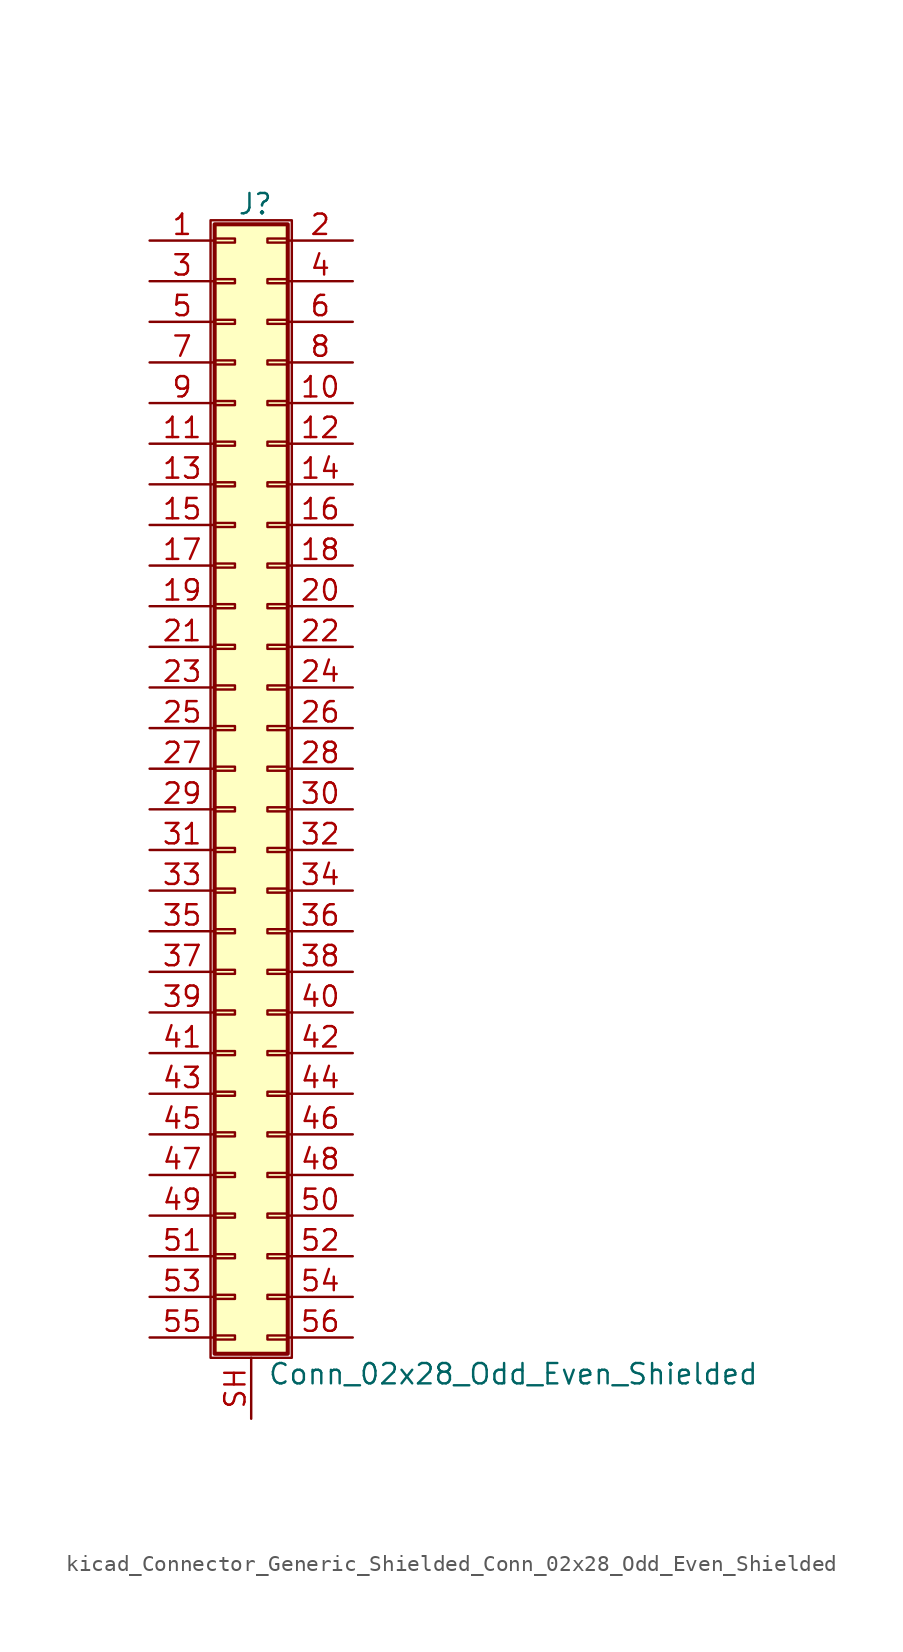
<source format=kicad_sym>
(kicad_symbol_lib
  (version 20220914)
  (generator kicad_symbol_editor)
  (symbol "kicad_Connector_Generic_Shielded_Conn_02x28_Odd_Even_Shielded"
    (pin_names
      (offset 1.016) hide)
    (property "Reference" "J"
      (at 1.524 35.306 0)
      (effects (font (size 1.27 1.27))))
    (property "Value" "Conn_02x28_Odd_Even_Shielded"
      (at 2.286 -37.846 0)
      (effects (font (size 1.27 1.27)) (justify left)))
    (symbol "kicad_Connector_Generic_Shielded_Conn_02x28_Odd_Even_Shielded_1_1"
      (rectangle (start -1.27 34.29) (end 3.81 -36.83) (stroke (width 0.152) (type default)) (fill (type none)))
      (rectangle (start -1.016 -35.433) (end 0.254 -35.687) (stroke (width 0.152) (type default)) (fill (type none)))
      (rectangle (start -1.016 -32.893) (end 0.254 -33.147) (stroke (width 0.152) (type default)) (fill (type none)))
      (rectangle (start -1.016 -30.353) (end 0.254 -30.607) (stroke (width 0.152) (type default)) (fill (type none)))
      (rectangle (start -1.016 -27.813) (end 0.254 -28.067) (stroke (width 0.152) (type default)) (fill (type none)))
      (rectangle (start -1.016 -25.273) (end 0.254 -25.527) (stroke (width 0.152) (type default)) (fill (type none)))
      (rectangle (start -1.016 -22.733) (end 0.254 -22.987) (stroke (width 0.152) (type default)) (fill (type none)))
      (rectangle (start -1.016 -20.193) (end 0.254 -20.447) (stroke (width 0.152) (type default)) (fill (type none)))
      (rectangle (start -1.016 -17.653) (end 0.254 -17.907) (stroke (width 0.152) (type default)) (fill (type none)))
      (rectangle (start -1.016 -15.113) (end 0.254 -15.367) (stroke (width 0.152) (type default)) (fill (type none)))
      (rectangle (start -1.016 -12.573) (end 0.254 -12.827) (stroke (width 0.152) (type default)) (fill (type none)))
      (rectangle (start -1.016 -10.033) (end 0.254 -10.287) (stroke (width 0.152) (type default)) (fill (type none)))
      (rectangle (start -1.016 -7.493) (end 0.254 -7.747) (stroke (width 0.152) (type default)) (fill (type none)))
      (rectangle (start -1.016 -4.953) (end 0.254 -5.207) (stroke (width 0.152) (type default)) (fill (type none)))
      (rectangle (start -1.016 -2.413) (end 0.254 -2.667) (stroke (width 0.152) (type default)) (fill (type none)))
      (rectangle (start -1.016 0.127) (end 0.254 -0.127) (stroke (width 0.152) (type default)) (fill (type none)))
      (rectangle (start -1.016 2.667) (end 0.254 2.413) (stroke (width 0.152) (type default)) (fill (type none)))
      (rectangle (start -1.016 5.207) (end 0.254 4.953) (stroke (width 0.152) (type default)) (fill (type none)))
      (rectangle (start -1.016 7.747) (end 0.254 7.493) (stroke (width 0.152) (type default)) (fill (type none)))
      (rectangle (start -1.016 10.287) (end 0.254 10.033) (stroke (width 0.152) (type default)) (fill (type none)))
      (rectangle (start -1.016 12.827) (end 0.254 12.573) (stroke (width 0.152) (type default)) (fill (type none)))
      (rectangle (start -1.016 15.367) (end 0.254 15.113) (stroke (width 0.152) (type default)) (fill (type none)))
      (rectangle (start -1.016 17.907) (end 0.254 17.653) (stroke (width 0.152) (type default)) (fill (type none)))
      (rectangle (start -1.016 20.447) (end 0.254 20.193) (stroke (width 0.152) (type default)) (fill (type none)))
      (rectangle (start -1.016 22.987) (end 0.254 22.733) (stroke (width 0.152) (type default)) (fill (type none)))
      (rectangle (start -1.016 25.527) (end 0.254 25.273) (stroke (width 0.152) (type default)) (fill (type none)))
      (rectangle (start -1.016 28.067) (end 0.254 27.813) (stroke (width 0.152) (type default)) (fill (type none)))
      (rectangle (start -1.016 30.607) (end 0.254 30.353) (stroke (width 0.152) (type default)) (fill (type none)))
      (rectangle (start -1.016 33.147) (end 0.254 32.893) (stroke (width 0.152) (type default)) (fill (type none)))
      (rectangle (start -1.016 34.036) (end 3.556 -36.576) (stroke (width 0.254) (type default)) (fill (type background)))
      (rectangle (start 3.556 -35.433) (end 2.286 -35.687) (stroke (width 0.152) (type default)) (fill (type none)))
      (rectangle (start 3.556 -32.893) (end 2.286 -33.147) (stroke (width 0.152) (type default)) (fill (type none)))
      (rectangle (start 3.556 -30.353) (end 2.286 -30.607) (stroke (width 0.152) (type default)) (fill (type none)))
      (rectangle (start 3.556 -27.813) (end 2.286 -28.067) (stroke (width 0.152) (type default)) (fill (type none)))
      (rectangle (start 3.556 -25.273) (end 2.286 -25.527) (stroke (width 0.152) (type default)) (fill (type none)))
      (rectangle (start 3.556 -22.733) (end 2.286 -22.987) (stroke (width 0.152) (type default)) (fill (type none)))
      (rectangle (start 3.556 -20.193) (end 2.286 -20.447) (stroke (width 0.152) (type default)) (fill (type none)))
      (rectangle (start 3.556 -17.653) (end 2.286 -17.907) (stroke (width 0.152) (type default)) (fill (type none)))
      (rectangle (start 3.556 -15.113) (end 2.286 -15.367) (stroke (width 0.152) (type default)) (fill (type none)))
      (rectangle (start 3.556 -12.573) (end 2.286 -12.827) (stroke (width 0.152) (type default)) (fill (type none)))
      (rectangle (start 3.556 -10.033) (end 2.286 -10.287) (stroke (width 0.152) (type default)) (fill (type none)))
      (rectangle (start 3.556 -7.493) (end 2.286 -7.747) (stroke (width 0.152) (type default)) (fill (type none)))
      (rectangle (start 3.556 -4.953) (end 2.286 -5.207) (stroke (width 0.152) (type default)) (fill (type none)))
      (rectangle (start 3.556 -2.413) (end 2.286 -2.667) (stroke (width 0.152) (type default)) (fill (type none)))
      (rectangle (start 3.556 0.127) (end 2.286 -0.127) (stroke (width 0.152) (type default)) (fill (type none)))
      (rectangle (start 3.556 2.667) (end 2.286 2.413) (stroke (width 0.152) (type default)) (fill (type none)))
      (rectangle (start 3.556 5.207) (end 2.286 4.953) (stroke (width 0.152) (type default)) (fill (type none)))
      (rectangle (start 3.556 7.747) (end 2.286 7.493) (stroke (width 0.152) (type default)) (fill (type none)))
      (rectangle (start 3.556 10.287) (end 2.286 10.033) (stroke (width 0.152) (type default)) (fill (type none)))
      (rectangle (start 3.556 12.827) (end 2.286 12.573) (stroke (width 0.152) (type default)) (fill (type none)))
      (rectangle (start 3.556 15.367) (end 2.286 15.113) (stroke (width 0.152) (type default)) (fill (type none)))
      (rectangle (start 3.556 17.907) (end 2.286 17.653) (stroke (width 0.152) (type default)) (fill (type none)))
      (rectangle (start 3.556 20.447) (end 2.286 20.193) (stroke (width 0.152) (type default)) (fill (type none)))
      (rectangle (start 3.556 22.987) (end 2.286 22.733) (stroke (width 0.152) (type default)) (fill (type none)))
      (rectangle (start 3.556 25.527) (end 2.286 25.273) (stroke (width 0.152) (type default)) (fill (type none)))
      (rectangle (start 3.556 28.067) (end 2.286 27.813) (stroke (width 0.152) (type default)) (fill (type none)))
      (rectangle (start 3.556 30.607) (end 2.286 30.353) (stroke (width 0.152) (type default)) (fill (type none)))
      (rectangle (start 3.556 33.147) (end 2.286 32.893) (stroke (width 0.152) (type default)) (fill (type none)))
      (pin passive line (at -5.08 33.02 0) (length 4.064) (name "Pin_1" (effects (font (size 1.27 1.27)))) (number "1" (effects (font (size 1.27 1.27)))))
      (pin passive line (at 7.62 22.86 180) (length 4.064) (name "Pin_10" (effects (font (size 1.27 1.27)))) (number "10" (effects (font (size 1.27 1.27)))))
      (pin passive line (at -5.08 20.32 0) (length 4.064) (name "Pin_11" (effects (font (size 1.27 1.27)))) (number "11" (effects (font (size 1.27 1.27)))))
      (pin passive line (at 7.62 20.32 180) (length 4.064) (name "Pin_12" (effects (font (size 1.27 1.27)))) (number "12" (effects (font (size 1.27 1.27)))))
      (pin passive line (at -5.08 17.78 0) (length 4.064) (name "Pin_13" (effects (font (size 1.27 1.27)))) (number "13" (effects (font (size 1.27 1.27)))))
      (pin passive line (at 7.62 17.78 180) (length 4.064) (name "Pin_14" (effects (font (size 1.27 1.27)))) (number "14" (effects (font (size 1.27 1.27)))))
      (pin passive line (at -5.08 15.24 0) (length 4.064) (name "Pin_15" (effects (font (size 1.27 1.27)))) (number "15" (effects (font (size 1.27 1.27)))))
      (pin passive line (at 7.62 15.24 180) (length 4.064) (name "Pin_16" (effects (font (size 1.27 1.27)))) (number "16" (effects (font (size 1.27 1.27)))))
      (pin passive line (at -5.08 12.7 0) (length 4.064) (name "Pin_17" (effects (font (size 1.27 1.27)))) (number "17" (effects (font (size 1.27 1.27)))))
      (pin passive line (at 7.62 12.7 180) (length 4.064) (name "Pin_18" (effects (font (size 1.27 1.27)))) (number "18" (effects (font (size 1.27 1.27)))))
      (pin passive line (at -5.08 10.16 0) (length 4.064) (name "Pin_19" (effects (font (size 1.27 1.27)))) (number "19" (effects (font (size 1.27 1.27)))))
      (pin passive line (at 7.62 33.02 180) (length 4.064) (name "Pin_2" (effects (font (size 1.27 1.27)))) (number "2" (effects (font (size 1.27 1.27)))))
      (pin passive line (at 7.62 10.16 180) (length 4.064) (name "Pin_20" (effects (font (size 1.27 1.27)))) (number "20" (effects (font (size 1.27 1.27)))))
      (pin passive line (at -5.08 7.62 0) (length 4.064) (name "Pin_21" (effects (font (size 1.27 1.27)))) (number "21" (effects (font (size 1.27 1.27)))))
      (pin passive line (at 7.62 7.62 180) (length 4.064) (name "Pin_22" (effects (font (size 1.27 1.27)))) (number "22" (effects (font (size 1.27 1.27)))))
      (pin passive line (at -5.08 5.08 0) (length 4.064) (name "Pin_23" (effects (font (size 1.27 1.27)))) (number "23" (effects (font (size 1.27 1.27)))))
      (pin passive line (at 7.62 5.08 180) (length 4.064) (name "Pin_24" (effects (font (size 1.27 1.27)))) (number "24" (effects (font (size 1.27 1.27)))))
      (pin passive line (at -5.08 2.54 0) (length 4.064) (name "Pin_25" (effects (font (size 1.27 1.27)))) (number "25" (effects (font (size 1.27 1.27)))))
      (pin passive line (at 7.62 2.54 180) (length 4.064) (name "Pin_26" (effects (font (size 1.27 1.27)))) (number "26" (effects (font (size 1.27 1.27)))))
      (pin passive line (at -5.08 0 0) (length 4.064) (name "Pin_27" (effects (font (size 1.27 1.27)))) (number "27" (effects (font (size 1.27 1.27)))))
      (pin passive line (at 7.62 0 180) (length 4.064) (name "Pin_28" (effects (font (size 1.27 1.27)))) (number "28" (effects (font (size 1.27 1.27)))))
      (pin passive line (at -5.08 -2.54 0) (length 4.064) (name "Pin_29" (effects (font (size 1.27 1.27)))) (number "29" (effects (font (size 1.27 1.27)))))
      (pin passive line (at -5.08 30.48 0) (length 4.064) (name "Pin_3" (effects (font (size 1.27 1.27)))) (number "3" (effects (font (size 1.27 1.27)))))
      (pin passive line (at 7.62 -2.54 180) (length 4.064) (name "Pin_30" (effects (font (size 1.27 1.27)))) (number "30" (effects (font (size 1.27 1.27)))))
      (pin passive line (at -5.08 -5.08 0) (length 4.064) (name "Pin_31" (effects (font (size 1.27 1.27)))) (number "31" (effects (font (size 1.27 1.27)))))
      (pin passive line (at 7.62 -5.08 180) (length 4.064) (name "Pin_32" (effects (font (size 1.27 1.27)))) (number "32" (effects (font (size 1.27 1.27)))))
      (pin passive line (at -5.08 -7.62 0) (length 4.064) (name "Pin_33" (effects (font (size 1.27 1.27)))) (number "33" (effects (font (size 1.27 1.27)))))
      (pin passive line (at 7.62 -7.62 180) (length 4.064) (name "Pin_34" (effects (font (size 1.27 1.27)))) (number "34" (effects (font (size 1.27 1.27)))))
      (pin passive line (at -5.08 -10.16 0) (length 4.064) (name "Pin_35" (effects (font (size 1.27 1.27)))) (number "35" (effects (font (size 1.27 1.27)))))
      (pin passive line (at 7.62 -10.16 180) (length 4.064) (name "Pin_36" (effects (font (size 1.27 1.27)))) (number "36" (effects (font (size 1.27 1.27)))))
      (pin passive line (at -5.08 -12.7 0) (length 4.064) (name "Pin_37" (effects (font (size 1.27 1.27)))) (number "37" (effects (font (size 1.27 1.27)))))
      (pin passive line (at 7.62 -12.7 180) (length 4.064) (name "Pin_38" (effects (font (size 1.27 1.27)))) (number "38" (effects (font (size 1.27 1.27)))))
      (pin passive line (at -5.08 -15.24 0) (length 4.064) (name "Pin_39" (effects (font (size 1.27 1.27)))) (number "39" (effects (font (size 1.27 1.27)))))
      (pin passive line (at 7.62 30.48 180) (length 4.064) (name "Pin_4" (effects (font (size 1.27 1.27)))) (number "4" (effects (font (size 1.27 1.27)))))
      (pin passive line (at 7.62 -15.24 180) (length 4.064) (name "Pin_40" (effects (font (size 1.27 1.27)))) (number "40" (effects (font (size 1.27 1.27)))))
      (pin passive line (at -5.08 -17.78 0) (length 4.064) (name "Pin_41" (effects (font (size 1.27 1.27)))) (number "41" (effects (font (size 1.27 1.27)))))
      (pin passive line (at 7.62 -17.78 180) (length 4.064) (name "Pin_42" (effects (font (size 1.27 1.27)))) (number "42" (effects (font (size 1.27 1.27)))))
      (pin passive line (at -5.08 -20.32 0) (length 4.064) (name "Pin_43" (effects (font (size 1.27 1.27)))) (number "43" (effects (font (size 1.27 1.27)))))
      (pin passive line (at 7.62 -20.32 180) (length 4.064) (name "Pin_44" (effects (font (size 1.27 1.27)))) (number "44" (effects (font (size 1.27 1.27)))))
      (pin passive line (at -5.08 -22.86 0) (length 4.064) (name "Pin_45" (effects (font (size 1.27 1.27)))) (number "45" (effects (font (size 1.27 1.27)))))
      (pin passive line (at 7.62 -22.86 180) (length 4.064) (name "Pin_46" (effects (font (size 1.27 1.27)))) (number "46" (effects (font (size 1.27 1.27)))))
      (pin passive line (at -5.08 -25.4 0) (length 4.064) (name "Pin_47" (effects (font (size 1.27 1.27)))) (number "47" (effects (font (size 1.27 1.27)))))
      (pin passive line (at 7.62 -25.4 180) (length 4.064) (name "Pin_48" (effects (font (size 1.27 1.27)))) (number "48" (effects (font (size 1.27 1.27)))))
      (pin passive line (at -5.08 -27.94 0) (length 4.064) (name "Pin_49" (effects (font (size 1.27 1.27)))) (number "49" (effects (font (size 1.27 1.27)))))
      (pin passive line (at -5.08 27.94 0) (length 4.064) (name "Pin_5" (effects (font (size 1.27 1.27)))) (number "5" (effects (font (size 1.27 1.27)))))
      (pin passive line (at 7.62 -27.94 180) (length 4.064) (name "Pin_50" (effects (font (size 1.27 1.27)))) (number "50" (effects (font (size 1.27 1.27)))))
      (pin passive line (at -5.08 -30.48 0) (length 4.064) (name "Pin_51" (effects (font (size 1.27 1.27)))) (number "51" (effects (font (size 1.27 1.27)))))
      (pin passive line (at 7.62 -30.48 180) (length 4.064) (name "Pin_52" (effects (font (size 1.27 1.27)))) (number "52" (effects (font (size 1.27 1.27)))))
      (pin passive line (at -5.08 -33.02 0) (length 4.064) (name "Pin_53" (effects (font (size 1.27 1.27)))) (number "53" (effects (font (size 1.27 1.27)))))
      (pin passive line (at 7.62 -33.02 180) (length 4.064) (name "Pin_54" (effects (font (size 1.27 1.27)))) (number "54" (effects (font (size 1.27 1.27)))))
      (pin passive line (at -5.08 -35.56 0) (length 4.064) (name "Pin_55" (effects (font (size 1.27 1.27)))) (number "55" (effects (font (size 1.27 1.27)))))
      (pin passive line (at 7.62 -35.56 180) (length 4.064) (name "Pin_56" (effects (font (size 1.27 1.27)))) (number "56" (effects (font (size 1.27 1.27)))))
      (pin passive line (at 7.62 27.94 180) (length 4.064) (name "Pin_6" (effects (font (size 1.27 1.27)))) (number "6" (effects (font (size 1.27 1.27)))))
      (pin passive line (at -5.08 25.4 0) (length 4.064) (name "Pin_7" (effects (font (size 1.27 1.27)))) (number "7" (effects (font (size 1.27 1.27)))))
      (pin passive line (at 7.62 25.4 180) (length 4.064) (name "Pin_8" (effects (font (size 1.27 1.27)))) (number "8" (effects (font (size 1.27 1.27)))))
      (pin passive line (at -5.08 22.86 0) (length 4.064) (name "Pin_9" (effects (font (size 1.27 1.27)))) (number "9" (effects (font (size 1.27 1.27)))))
      (pin passive line (at 1.27 -40.64 90) (length 3.81) (name "Shield" (effects (font (size 1.27 1.27)))) (number "SH" (effects (font (size 1.27 1.27))))))))
</source>
